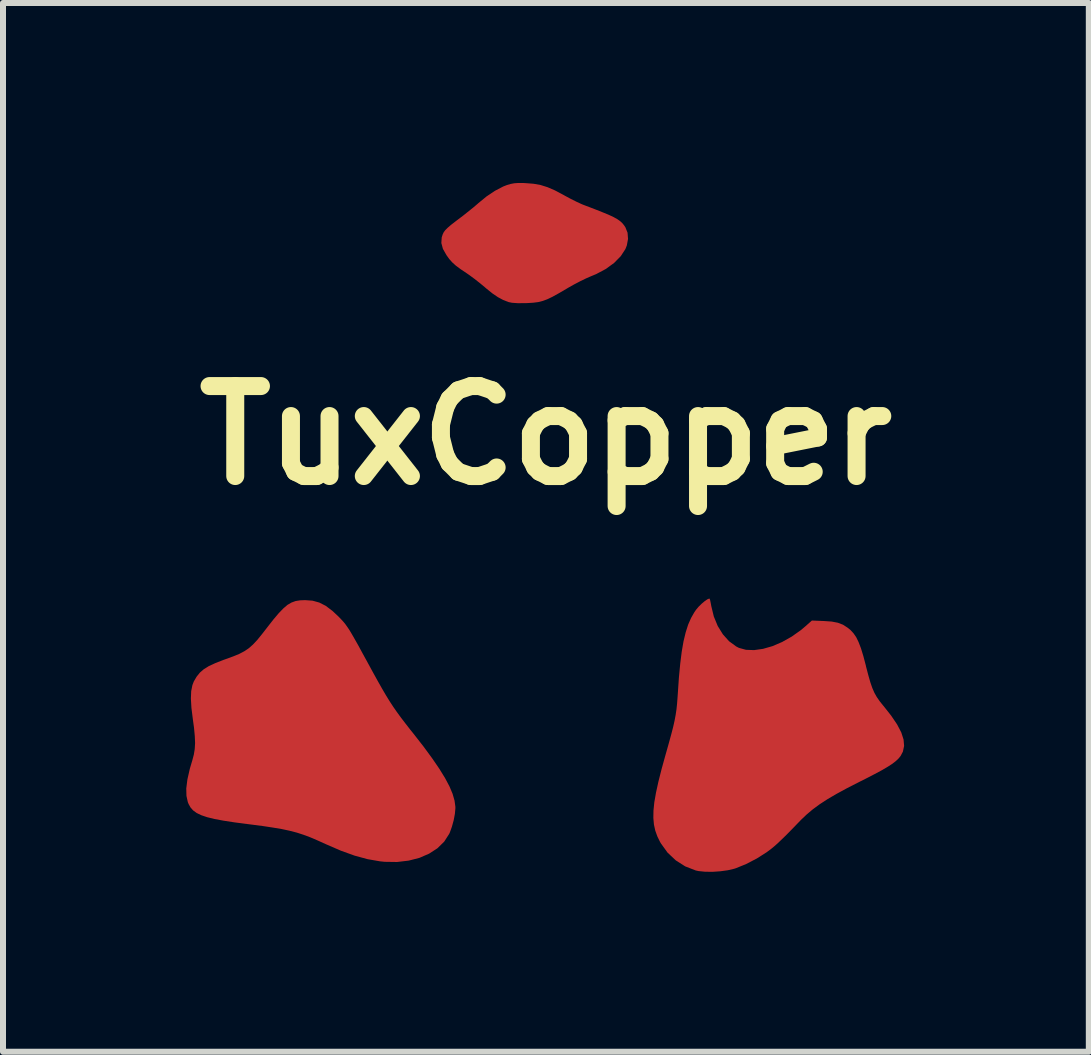
<source format=kicad_pcb>
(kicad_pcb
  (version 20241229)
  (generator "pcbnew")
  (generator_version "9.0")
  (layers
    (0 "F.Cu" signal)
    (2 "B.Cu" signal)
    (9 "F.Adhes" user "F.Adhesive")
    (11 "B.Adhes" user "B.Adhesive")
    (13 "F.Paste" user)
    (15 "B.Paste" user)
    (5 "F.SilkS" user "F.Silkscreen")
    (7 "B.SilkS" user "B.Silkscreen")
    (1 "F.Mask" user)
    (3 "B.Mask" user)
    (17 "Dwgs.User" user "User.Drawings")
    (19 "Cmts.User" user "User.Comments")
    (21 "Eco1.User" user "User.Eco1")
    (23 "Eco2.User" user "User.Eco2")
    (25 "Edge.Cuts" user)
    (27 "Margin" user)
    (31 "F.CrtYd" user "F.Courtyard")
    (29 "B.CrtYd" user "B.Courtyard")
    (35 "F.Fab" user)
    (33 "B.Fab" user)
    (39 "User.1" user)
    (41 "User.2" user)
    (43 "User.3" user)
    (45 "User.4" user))
  (footprint "TuxCopper"
    (layer "F.Cu")
    (at 6.05 4.207)
    (property "Reference" "TuxCopper" (at 0 0 0) (layer "F.SilkS") (effects (font (size 1.5 1.5) (thickness 0.3))))
    (attr board_only exclude_from_pos_files exclude_from_bom)
    (fp_poly (pts (xy -0.371 -4.206) (xy -0.335 -4.204) (xy -0.207 -4.194) (xy -0.089 -4.173) (xy 0.026 -4.137) (xy 0.149 -4.084) (xy 0.289 -4.01) (xy 0.317 -3.994) (xy 0.41 -3.944) (xy 0.51 -3.894) (xy 0.601 -3.852) (xy 0.647 -3.834) (xy 0.81 -3.772) (xy 0.941 -3.72) (xy 1.046 -3.677) (xy 1.127 -3.639) (xy 1.19 -3.604) (xy 1.237 -3.571) (xy 1.274 -3.537) (xy 1.304 -3.5) (xy 1.325 -3.468) (xy 1.361 -3.378) (xy 1.369 -3.274) (xy 1.349 -3.166) (xy 1.325 -3.105) (xy 1.248 -2.987) (xy 1.138 -2.875) (xy 1 -2.774) (xy 0.838 -2.688) (xy 0.742 -2.648) (xy 0.669 -2.616) (xy 0.574 -2.57) (xy 0.469 -2.515) (xy 0.366 -2.457) (xy 0.338 -2.44) (xy 0.211 -2.366) (xy 0.108 -2.309) (xy 0.022 -2.268) (xy -0.055 -2.24) (xy -0.131 -2.221) (xy -0.211 -2.211) (xy -0.305 -2.205) (xy -0.335 -2.204) (xy -0.468 -2.203) (xy -0.566 -2.21) (xy -0.624 -2.222) (xy -0.715 -2.258) (xy -0.801 -2.304) (xy -0.892 -2.366) (xy -0.995 -2.449) (xy -1.019 -2.47) (xy -1.101 -2.538) (xy -1.189 -2.607) (xy -1.27 -2.667) (xy -1.313 -2.697) (xy -1.419 -2.768) (xy -1.499 -2.827) (xy -1.56 -2.882) (xy -1.611 -2.939) (xy -1.657 -3.003) (xy -1.717 -3.109) (xy -1.743 -3.206) (xy -1.737 -3.299) (xy -1.721 -3.349) (xy -1.704 -3.385) (xy -1.678 -3.42) (xy -1.638 -3.46) (xy -1.58 -3.51) (xy -1.497 -3.574) (xy -1.464 -3.599) (xy -1.373 -3.668) (xy -1.283 -3.74) (xy -1.201 -3.806) (xy -1.138 -3.86) (xy -1.127 -3.87) (xy -0.989 -3.983) (xy -0.848 -4.077) (xy -0.712 -4.148) (xy -0.651 -4.172) (xy -0.587 -4.191) (xy -0.527 -4.202) (xy -0.459 -4.207)) (stroke (width 0) (type solid)) (fill yes) (layer "F.Cu"))
    (fp_poly (pts (xy -3.89 2.756) (xy -3.778 2.787) (xy -3.67 2.842) (xy -3.56 2.925) (xy -3.454 3.024) (xy -3.414 3.066) (xy -3.378 3.105) (xy -3.345 3.145) (xy -3.312 3.191) (xy -3.275 3.246) (xy -3.234 3.315) (xy -3.184 3.402) (xy -3.123 3.51) (xy -3.05 3.645) (xy -2.991 3.752) (xy -2.892 3.934) (xy -2.807 4.088) (xy -2.733 4.219) (xy -2.667 4.332) (xy -2.606 4.431) (xy -2.546 4.523) (xy -2.485 4.611) (xy -2.42 4.7) (xy -2.346 4.797) (xy -2.262 4.905) (xy -2.208 4.972) (xy -2.038 5.19) (xy -1.895 5.385) (xy -1.776 5.559) (xy -1.68 5.715) (xy -1.607 5.853) (xy -1.555 5.977) (xy -1.523 6.089) (xy -1.509 6.191) (xy -1.509 6.219) (xy -1.517 6.308) (xy -1.537 6.415) (xy -1.567 6.524) (xy -1.601 6.619) (xy -1.612 6.643) (xy -1.695 6.772) (xy -1.808 6.883) (xy -1.947 6.973) (xy -2.108 7.043) (xy -2.287 7.089) (xy -2.481 7.112) (xy -2.687 7.109) (xy -2.765 7.101) (xy -2.972 7.065) (xy -3.189 7.006) (xy -3.419 6.923) (xy -3.668 6.815) (xy -3.803 6.754) (xy -3.924 6.702) (xy -4.039 6.659) (xy -4.153 6.622) (xy -4.273 6.591) (xy -4.403 6.563) (xy -4.552 6.538) (xy -4.723 6.512) (xy -4.925 6.486) (xy -4.98 6.479) (xy -5.195 6.451) (xy -5.376 6.423) (xy -5.525 6.395) (xy -5.648 6.365) (xy -5.745 6.332) (xy -5.822 6.295) (xy -5.881 6.252) (xy -5.924 6.203) (xy -5.956 6.146) (xy -5.969 6.114) (xy -5.992 6.01) (xy -5.995 5.885) (xy -5.976 5.735) (xy -5.936 5.559) (xy -5.893 5.413) (xy -5.869 5.322) (xy -5.854 5.23) (xy -5.848 5.129) (xy -5.853 5.013) (xy -5.866 4.874) (xy -5.886 4.727) (xy -5.909 4.542) (xy -5.918 4.389) (xy -5.913 4.264) (xy -5.893 4.164) (xy -5.869 4.102) (xy -5.822 4.022) (xy -5.769 3.956) (xy -5.702 3.898) (xy -5.618 3.846) (xy -5.509 3.796) (xy -5.371 3.742) (xy -5.331 3.728) (xy -5.208 3.683) (xy -5.109 3.642) (xy -5.026 3.598) (xy -4.952 3.548) (xy -4.883 3.487) (xy -4.81 3.409) (xy -4.729 3.309) (xy -4.646 3.202) (xy -4.542 3.069) (xy -4.454 2.965) (xy -4.377 2.885) (xy -4.308 2.826) (xy -4.241 2.787) (xy -4.172 2.762) (xy -4.097 2.75) (xy -4.013 2.747)) (stroke (width 0) (type solid)) (fill yes) (layer "F.Cu"))
    (fp_poly (pts (xy 2.729 2.723) (xy 2.737 2.745) (xy 2.747 2.793) (xy 2.757 2.847) (xy 2.799 3.02) (xy 2.864 3.178) (xy 2.95 3.317) (xy 3.053 3.432) (xy 3.17 3.518) (xy 3.218 3.543) (xy 3.335 3.575) (xy 3.47 3.58) (xy 3.619 3.559) (xy 3.776 3.514) (xy 3.937 3.445) (xy 4.097 3.355) (xy 4.251 3.246) (xy 4.321 3.187) (xy 4.434 3.087) (xy 4.633 3.095) (xy 4.764 3.104) (xy 4.867 3.124) (xy 4.953 3.157) (xy 5.03 3.207) (xy 5.078 3.246) (xy 5.127 3.299) (xy 5.172 3.364) (xy 5.212 3.446) (xy 5.252 3.55) (xy 5.292 3.681) (xy 5.335 3.844) (xy 5.335 3.848) (xy 5.374 3.997) (xy 5.408 4.116) (xy 5.441 4.212) (xy 5.476 4.292) (xy 5.516 4.363) (xy 5.564 4.432) (xy 5.622 4.505) (xy 5.624 4.506) (xy 5.755 4.672) (xy 5.855 4.82) (xy 5.924 4.953) (xy 5.962 5.071) (xy 5.971 5.177) (xy 5.951 5.272) (xy 5.913 5.344) (xy 5.879 5.386) (xy 5.835 5.428) (xy 5.776 5.474) (xy 5.699 5.524) (xy 5.602 5.581) (xy 5.479 5.647) (xy 5.328 5.725) (xy 5.222 5.778) (xy 5.017 5.883) (xy 4.842 5.978) (xy 4.692 6.066) (xy 4.563 6.15) (xy 4.45 6.233) (xy 4.348 6.319) (xy 4.253 6.409) (xy 4.236 6.427) (xy 4.115 6.552) (xy 4.016 6.653) (xy 3.933 6.734) (xy 3.864 6.8) (xy 3.804 6.853) (xy 3.749 6.898) (xy 3.695 6.938) (xy 3.682 6.948) (xy 3.515 7.054) (xy 3.34 7.145) (xy 3.169 7.215) (xy 3.138 7.225) (xy 3.031 7.25) (xy 2.906 7.267) (xy 2.775 7.276) (xy 2.65 7.274) (xy 2.542 7.263) (xy 2.497 7.253) (xy 2.322 7.185) (xy 2.165 7.085) (xy 2.028 6.956) (xy 1.917 6.802) (xy 1.902 6.776) (xy 1.857 6.684) (xy 1.823 6.589) (xy 1.801 6.489) (xy 1.791 6.379) (xy 1.793 6.256) (xy 1.807 6.117) (xy 1.835 5.957) (xy 1.875 5.774) (xy 1.928 5.564) (xy 1.995 5.322) (xy 2 5.305) (xy 2.049 5.131) (xy 2.089 4.985) (xy 2.121 4.862) (xy 2.145 4.755) (xy 2.163 4.658) (xy 2.177 4.564) (xy 2.187 4.467) (xy 2.195 4.359) (xy 2.199 4.302) (xy 2.217 4.037) (xy 2.239 3.806) (xy 2.264 3.606) (xy 2.294 3.433) (xy 2.33 3.284) (xy 2.371 3.155) (xy 2.42 3.044) (xy 2.476 2.946) (xy 2.504 2.906) (xy 2.546 2.856) (xy 2.596 2.807) (xy 2.647 2.764) (xy 2.692 2.733) (xy 2.722 2.721)) (stroke (width 0) (type solid)) (fill yes) (layer "F.Cu")))
  (gr_rect
    (start -3 -3)
    (end 15.1 14.482)
    (stroke (width 0.1) (type default))
    (fill no)
    (layer "Edge.Cuts")))
</source>
